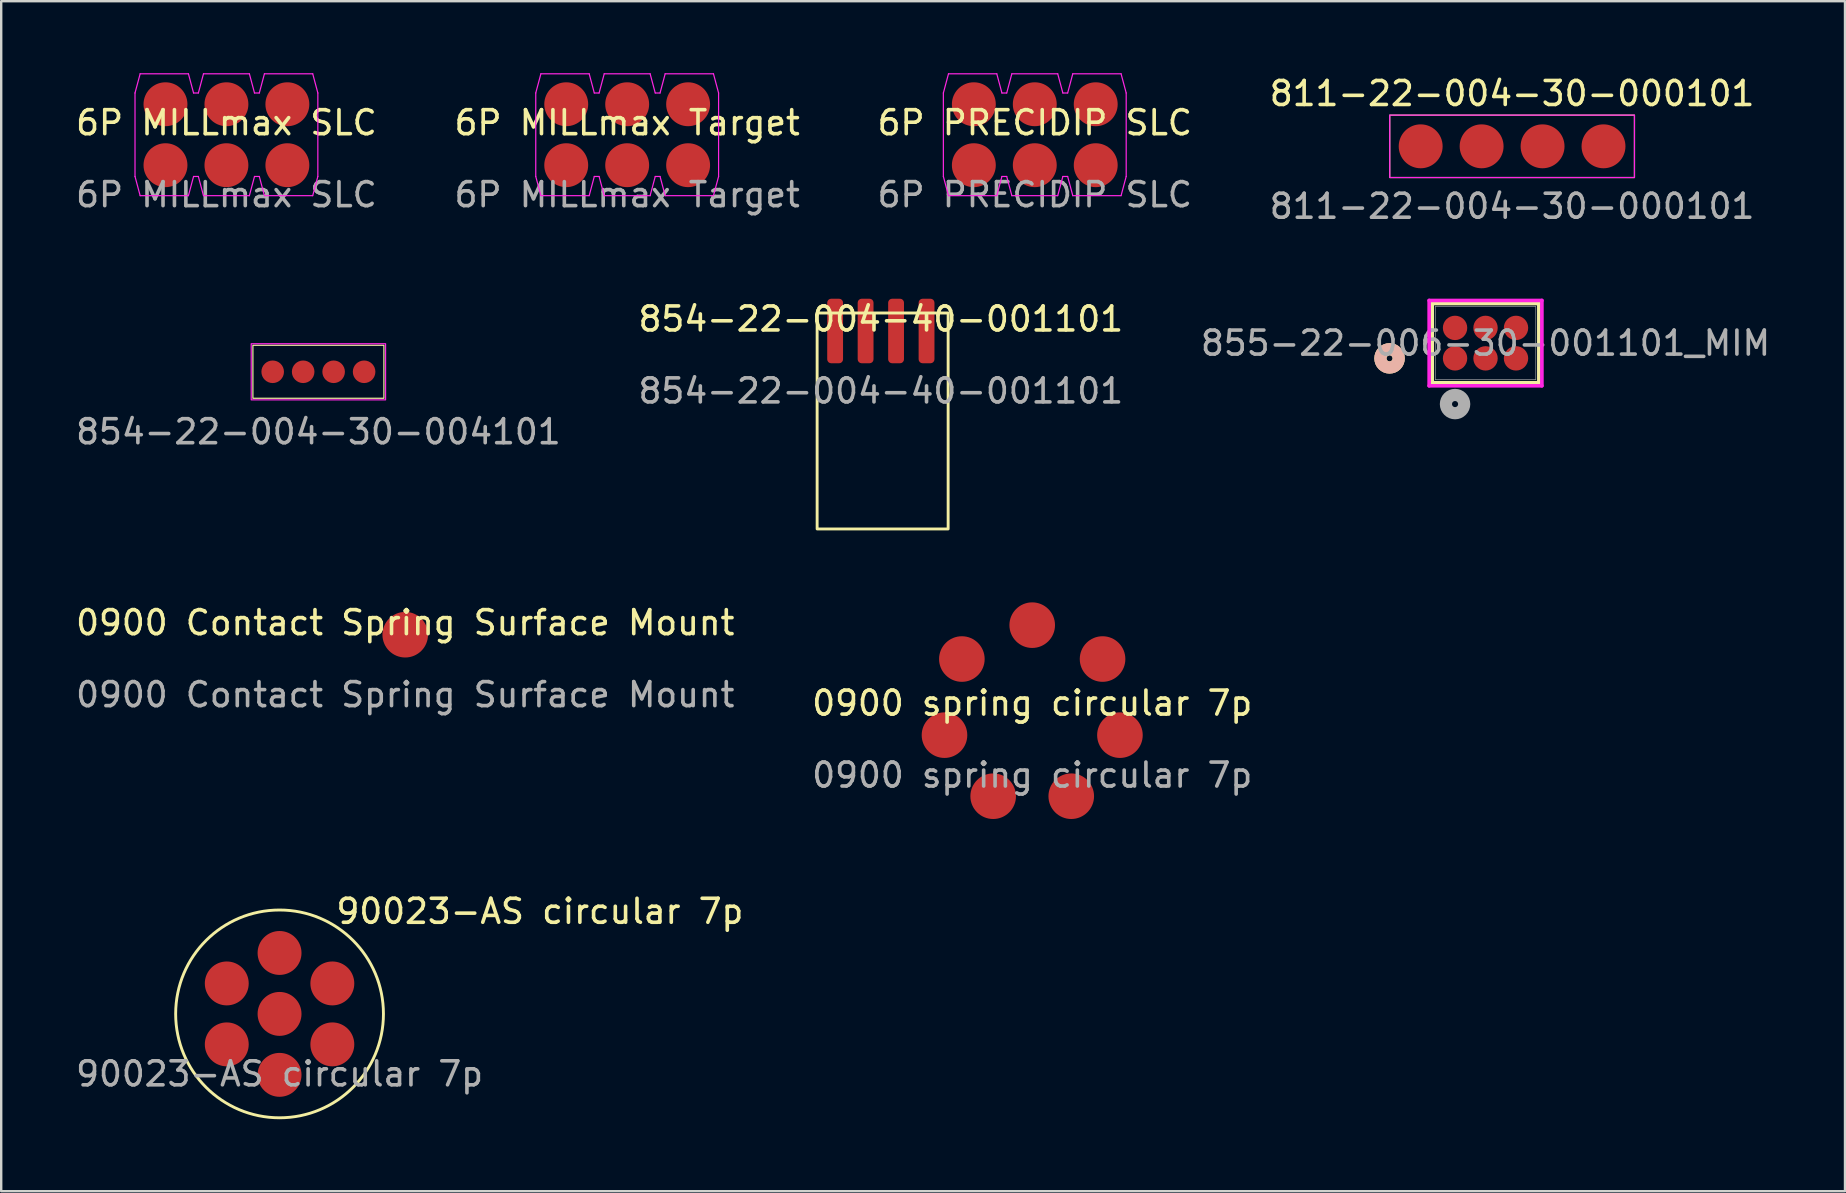
<source format=kicad_pcb>
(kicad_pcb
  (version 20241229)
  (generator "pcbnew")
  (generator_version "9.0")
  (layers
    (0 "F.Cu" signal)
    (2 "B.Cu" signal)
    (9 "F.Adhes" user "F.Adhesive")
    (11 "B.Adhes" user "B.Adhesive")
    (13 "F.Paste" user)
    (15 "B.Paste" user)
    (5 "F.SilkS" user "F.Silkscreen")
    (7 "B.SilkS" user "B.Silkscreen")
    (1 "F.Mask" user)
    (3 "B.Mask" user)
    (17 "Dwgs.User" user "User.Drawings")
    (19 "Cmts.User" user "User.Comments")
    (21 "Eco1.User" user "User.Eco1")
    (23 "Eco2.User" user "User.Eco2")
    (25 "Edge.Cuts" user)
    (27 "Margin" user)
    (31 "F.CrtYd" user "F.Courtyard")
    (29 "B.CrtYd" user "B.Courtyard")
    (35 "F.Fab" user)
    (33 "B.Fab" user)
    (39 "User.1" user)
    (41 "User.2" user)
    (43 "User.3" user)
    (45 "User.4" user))
  (footprint "0900 spring circular 7p"
    (layer "F.Cu")
    (at 39.97 26.755)
    (property "Reference" "0900 spring circular 7p" (at 0 -0.5 0) (unlocked yes) (layer "F.SilkS") (effects (font (size 1 1) (thickness 0.15))))
    (attr smd)
    (fp_text user "${REFERENCE}" (at 0 2.5 0) (unlocked yes) (layer "F.Fab") (effects (font (size 1 1) (thickness 0.15))))
    (pad "1" smd circle (at 0 -3.75) (size 1.9 1.9) (layers "F.Cu" "F.Mask" "F.Paste"))
    (pad "2" smd circle (at -2.932 -2.338) (size 1.9 1.9) (layers "F.Cu" "F.Mask" "F.Paste"))
    (pad "3" smd circle (at -3.656 0.834) (size 1.9 1.9) (layers "F.Cu" "F.Mask" "F.Paste"))
    (pad "4" smd circle (at -1.627 3.379) (size 1.9 1.9) (layers "F.Cu" "F.Mask" "F.Paste"))
    (pad "5" smd circle (at 1.627 3.379) (size 1.9 1.9) (layers "F.Cu" "F.Mask" "F.Paste"))
    (pad "6" smd circle (at 3.656 0.834) (size 1.9 1.9) (layers "F.Cu" "F.Mask" "F.Paste"))
    (pad "7" smd circle (at 2.932 -2.338) (size 1.9 1.9) (layers "F.Cu" "F.Mask" "F.Paste")))
  (footprint "0900 Contact Spring Surface Mount"
    (layer "F.Cu")
    (at 13.839 23.403)
    (property "Reference" "0900 Contact Spring Surface Mount" (at 0 -0.5 0) (unlocked yes) (layer "F.SilkS") (effects (font (size 1 1) (thickness 0.15))))
    (attr smd)
    (fp_text user "${REFERENCE}" (at 0 2.5 0) (unlocked yes) (layer "F.Fab") (effects (font (size 1 1) (thickness 0.15))))
    (pad "1" smd circle (at 0 0) (size 1.9 1.9) (layers "F.Cu" "F.Mask" "F.Paste")))
  (footprint "6P MILLmax SLC"
    (layer "F.Cu")
    (at 6.387 2.565)
    (property "Reference" "6P MILLmax SLC" (at 0 -0.5 0) (unlocked yes) (layer "F.SilkS") (effects (font (size 1 1) (thickness 0.15))))
    (attr smd)
    (fp_line (start -3.81 -1.74) (end -3.596 -2.54) (stroke (width 0.05) (type solid)) (layer "F.CrtYd"))
    (fp_line (start -3.81 1.74) (end -3.81 -1.74) (stroke (width 0.05) (type solid)) (layer "F.CrtYd"))
    (fp_line (start -3.596 -2.54) (end -1.584 -2.54) (stroke (width 0.05) (type solid)) (layer "F.CrtYd"))
    (fp_line (start -3.596 2.54) (end -3.81 1.74) (stroke (width 0.05) (type solid)) (layer "F.CrtYd"))
    (fp_line (start -1.584 -2.54) (end -1.37 -1.74) (stroke (width 0.05) (type solid)) (layer "F.CrtYd"))
    (fp_line (start -1.584 2.54) (end -3.596 2.54) (stroke (width 0.05) (type solid)) (layer "F.CrtYd"))
    (fp_line (start -1.37 -1.74) (end -1.17 -1.74) (stroke (width 0.05) (type solid)) (layer "F.CrtYd"))
    (fp_line (start -1.37 1.74) (end -1.584 2.54) (stroke (width 0.05) (type solid)) (layer "F.CrtYd"))
    (fp_line (start -1.17 -1.74) (end -0.956 -2.54) (stroke (width 0.05) (type solid)) (layer "F.CrtYd"))
    (fp_line (start -1.17 1.74) (end -1.37 1.74) (stroke (width 0.05) (type solid)) (layer "F.CrtYd"))
    (fp_line (start -0.956 -2.54) (end 0.956 -2.54) (stroke (width 0.05) (type solid)) (layer "F.CrtYd"))
    (fp_line (start -0.956 2.54) (end -1.17 1.74) (stroke (width 0.05) (type solid)) (layer "F.CrtYd"))
    (fp_line (start 0.956 -2.54) (end 1.17 -1.74) (stroke (width 0.05) (type solid)) (layer "F.CrtYd"))
    (fp_line (start 0.956 2.54) (end -0.956 2.54) (stroke (width 0.05) (type solid)) (layer "F.CrtYd"))
    (fp_line (start 1.17 -1.74) (end 1.37 -1.74) (stroke (width 0.05) (type solid)) (layer "F.CrtYd"))
    (fp_line (start 1.17 1.74) (end 0.956 2.54) (stroke (width 0.05) (type solid)) (layer "F.CrtYd"))
    (fp_line (start 1.37 -1.74) (end 1.584 -2.54) (stroke (width 0.05) (type solid)) (layer "F.CrtYd"))
    (fp_line (start 1.37 1.74) (end 1.17 1.74) (stroke (width 0.05) (type solid)) (layer "F.CrtYd"))
    (fp_line (start 1.584 -2.54) (end 3.596 -2.54) (stroke (width 0.05) (type solid)) (layer "F.CrtYd"))
    (fp_line (start 1.584 2.54) (end 1.37 1.74) (stroke (width 0.05) (type solid)) (layer "F.CrtYd"))
    (fp_line (start 3.596 -2.54) (end 3.81 -1.74) (stroke (width 0.05) (type solid)) (layer "F.CrtYd"))
    (fp_line (start 3.596 2.54) (end 1.584 2.54) (stroke (width 0.05) (type solid)) (layer "F.CrtYd"))
    (fp_line (start 3.81 -1.74) (end 3.81 1.74) (stroke (width 0.05) (type solid)) (layer "F.CrtYd"))
    (fp_line (start 3.81 1.74) (end 3.596 2.54) (stroke (width 0.05) (type solid)) (layer "F.CrtYd"))
    (fp_text user "${REFERENCE}" (at 0 2.5 0) (unlocked yes) (layer "F.Fab") (effects (font (size 1 1) (thickness 0.15))))
    (pad "1" smd circle (at -2.54 -1.27) (size 1.83 1.83) (layers "F.Cu" "F.Mask" "F.Paste"))
    (pad "2" smd circle (at 0 -1.27) (size 1.83 1.83) (layers "F.Cu" "F.Mask" "F.Paste"))
    (pad "3" smd circle (at 2.54 -1.27) (size 1.83 1.83) (layers "F.Cu" "F.Mask" "F.Paste"))
    (pad "4" smd circle (at -2.54 1.27) (size 1.83 1.83) (layers "F.Cu" "F.Mask" "F.Paste"))
    (pad "5" smd circle (at 0 1.27) (size 1.83 1.83) (layers "F.Cu" "F.Mask" "F.Paste"))
    (pad "6" smd circle (at 2.54 1.27) (size 1.83 1.83) (layers "F.Cu" "F.Mask" "F.Paste")))
  (footprint "855-22-006-30-001101_MIM"
    (layer "F.Cu")
    (at 58.863 11.251)
    (property "Reference" "855-22-006-30-001101_MIM" (at 0 0 0) (unlocked yes) (layer "User.2") (effects (font (size 1 1) (thickness 0.15))))
    (attr smd)
    (fp_line (start -2.223 -1.651) (end -2.223 1.651) (stroke (width 0.152) (type solid)) (layer "F.SilkS"))
    (fp_line (start -2.223 1.651) (end 2.223 1.651) (stroke (width 0.152) (type solid)) (layer "F.SilkS"))
    (fp_line (start 2.223 -1.651) (end -2.223 -1.651) (stroke (width 0.152) (type solid)) (layer "F.SilkS"))
    (fp_line (start 2.223 1.651) (end 2.223 -1.651) (stroke (width 0.152) (type solid)) (layer "F.SilkS"))
    (fp_circle (center -4 0.635) (end -3.619 0.635) (stroke (width 0.508) (type solid)) (fill no) (layer "F.SilkS"))
    (fp_circle (center -4 0.635) (end -3.619 0.635) (stroke (width 0.508) (type solid)) (fill no) (layer "B.SilkS"))
    (fp_line (start -2.349 -1.778) (end -2.349 1.778) (stroke (width 0.152) (type solid)) (layer "F.CrtYd"))
    (fp_line (start -2.349 1.778) (end 2.349 1.778) (stroke (width 0.152) (type solid)) (layer "F.CrtYd"))
    (fp_line (start 2.349 -1.778) (end -2.349 -1.778) (stroke (width 0.152) (type solid)) (layer "F.CrtYd"))
    (fp_line (start 2.349 1.778) (end 2.349 -1.778) (stroke (width 0.152) (type solid)) (layer "F.CrtYd"))
    (fp_line (start -2.095 -1.524) (end -2.095 1.524) (stroke (width 0.025) (type solid)) (layer "F.Fab"))
    (fp_line (start -2.095 1.524) (end 2.095 1.524) (stroke (width 0.025) (type solid)) (layer "F.Fab"))
    (fp_line (start 2.095 -1.524) (end -2.095 -1.524) (stroke (width 0.025) (type solid)) (layer "F.Fab"))
    (fp_line (start 2.095 1.524) (end 2.095 -1.524) (stroke (width 0.025) (type solid)) (layer "F.Fab"))
    (fp_circle (center -1.27 2.54) (end -0.889 2.54) (stroke (width 0.508) (type solid)) (fill no) (layer "F.Fab"))
    (fp_text user "${REFERENCE}" (at 0 0 0) (unlocked yes) (layer "F.Fab") (effects (font (size 1 1) (thickness 0.15))))
    (pad "1" smd circle (at -1.27 0.635) (size 1.016 1.016) (layers "F.Cu" "F.Mask" "F.Paste"))
    (pad "2" smd circle (at 0 0.635) (size 1.016 1.016) (layers "F.Cu" "F.Mask" "F.Paste"))
    (pad "3" smd circle (at 1.27 0.635) (size 1.016 1.016) (layers "F.Cu" "F.Mask" "F.Paste"))
    (pad "4" smd circle (at -1.27 -0.635) (size 1.016 1.016) (layers "F.Cu" "F.Mask" "F.Paste"))
    (pad "5" smd circle (at 0 -0.635) (size 1.016 1.016) (layers "F.Cu" "F.Mask" "F.Paste"))
    (pad "6" smd circle (at 1.27 -0.635) (size 1.016 1.016) (layers "F.Cu" "F.Mask" "F.Paste")))
  (footprint "90023-AS circular 7p"
    (layer "F.Cu")
    (at 8.601 39.207)
    (property "Reference" "90023-AS circular 7p" (at 10.85 -4.275 0) (unlocked yes) (layer "F.SilkS") (effects (font (size 1 1) (thickness 0.15))))
    (attr smd)
    (fp_circle (center 0 0) (end 4.33 0) (stroke (width 0.12) (type solid)) (fill no) (layer "F.SilkS"))
    (fp_text user "${REFERENCE}" (at 0 2.5 0) (unlocked yes) (layer "F.Fab") (effects (font (size 1 1) (thickness 0.15))))
    (pad "1" smd circle (at 0 0) (size 1.83 1.83) (layers "F.Cu" "F.Mask" "F.Paste"))
    (pad "2" smd circle (at 0 -2.54) (size 1.83 1.83) (layers "F.Cu" "F.Mask" "F.Paste"))
    (pad "3" smd circle (at -2.2 -1.27) (size 1.83 1.83) (layers "F.Cu" "F.Mask" "F.Paste"))
    (pad "4" smd circle (at -2.2 1.27) (size 1.83 1.83) (layers "F.Cu" "F.Mask" "F.Paste"))
    (pad "5" smd circle (at 0 2.54) (size 1.83 1.83) (layers "F.Cu" "F.Mask" "F.Paste"))
    (pad "6" smd circle (at 2.2 1.27) (size 1.83 1.83) (layers "F.Cu" "F.Mask" "F.Paste"))
    (pad "7" smd circle (at 2.2 -1.27) (size 1.83 1.83) (layers "F.Cu" "F.Mask" "F.Paste")))
  (footprint "811-22-004-30-000101"
    (layer "F.Cu")
    (at 59.97 3.048)
    (property "Reference" "811-22-004-30-000101" (at 0 -2.2 0) (unlocked yes) (layer "F.SilkS") (effects (font (size 1 1) (thickness 0.15))))
    (attr smd)
    (fp_rect (start -5.1 -1.3) (end 5.1 1.3) (stroke (width 0.05) (type default)) (fill no) (layer "F.SilkS"))
    (fp_rect (start -5.1 -1.3) (end 5.1 1.3) (stroke (width 0.05) (type default)) (fill no) (layer "F.CrtYd"))
    (fp_text user "${REFERENCE}" (at 0 2.5 0) (unlocked yes) (layer "F.Fab") (effects (font (size 1 1) (thickness 0.15))))
    (pad "1" smd circle (at -3.81 0) (size 1.83 1.83) (layers "F.Cu" "F.Mask" "F.Paste"))
    (pad "2" smd circle (at -1.27 0) (size 1.83 1.83) (layers "F.Cu" "F.Mask" "F.Paste"))
    (pad "3" smd circle (at 1.27 0) (size 1.83 1.83) (layers "F.Cu" "F.Mask" "F.Paste"))
    (pad "4" smd circle (at 3.81 0) (size 1.83 1.83) (layers "F.Cu" "F.Mask" "F.Paste")))
  (footprint "6P PRECIDIP SLC"
    (layer "F.Cu")
    (at 40.077 2.565)
    (property "Reference" "6P PRECIDIP SLC" (at 0 -0.5 0) (unlocked yes) (layer "F.SilkS") (effects (font (size 1 1) (thickness 0.15))))
    (attr smd)
    (fp_line (start -3.81 -1.74) (end -3.596 -2.54) (stroke (width 0.05) (type solid)) (layer "F.CrtYd"))
    (fp_line (start -3.81 1.74) (end -3.81 -1.74) (stroke (width 0.05) (type solid)) (layer "F.CrtYd"))
    (fp_line (start -3.596 -2.54) (end -1.584 -2.54) (stroke (width 0.05) (type solid)) (layer "F.CrtYd"))
    (fp_line (start -3.596 2.54) (end -3.81 1.74) (stroke (width 0.05) (type solid)) (layer "F.CrtYd"))
    (fp_line (start -1.584 -2.54) (end -1.37 -1.74) (stroke (width 0.05) (type solid)) (layer "F.CrtYd"))
    (fp_line (start -1.584 2.54) (end -3.596 2.54) (stroke (width 0.05) (type solid)) (layer "F.CrtYd"))
    (fp_line (start -1.37 -1.74) (end -1.17 -1.74) (stroke (width 0.05) (type solid)) (layer "F.CrtYd"))
    (fp_line (start -1.37 1.74) (end -1.584 2.54) (stroke (width 0.05) (type solid)) (layer "F.CrtYd"))
    (fp_line (start -1.17 -1.74) (end -0.956 -2.54) (stroke (width 0.05) (type solid)) (layer "F.CrtYd"))
    (fp_line (start -1.17 1.74) (end -1.37 1.74) (stroke (width 0.05) (type solid)) (layer "F.CrtYd"))
    (fp_line (start -0.956 -2.54) (end 0.956 -2.54) (stroke (width 0.05) (type solid)) (layer "F.CrtYd"))
    (fp_line (start -0.956 2.54) (end -1.17 1.74) (stroke (width 0.05) (type solid)) (layer "F.CrtYd"))
    (fp_line (start 0.956 -2.54) (end 1.17 -1.74) (stroke (width 0.05) (type solid)) (layer "F.CrtYd"))
    (fp_line (start 0.956 2.54) (end -0.956 2.54) (stroke (width 0.05) (type solid)) (layer "F.CrtYd"))
    (fp_line (start 1.17 -1.74) (end 1.37 -1.74) (stroke (width 0.05) (type solid)) (layer "F.CrtYd"))
    (fp_line (start 1.17 1.74) (end 0.956 2.54) (stroke (width 0.05) (type solid)) (layer "F.CrtYd"))
    (fp_line (start 1.37 -1.74) (end 1.584 -2.54) (stroke (width 0.05) (type solid)) (layer "F.CrtYd"))
    (fp_line (start 1.37 1.74) (end 1.17 1.74) (stroke (width 0.05) (type solid)) (layer "F.CrtYd"))
    (fp_line (start 1.584 -2.54) (end 3.596 -2.54) (stroke (width 0.05) (type solid)) (layer "F.CrtYd"))
    (fp_line (start 1.584 2.54) (end 1.37 1.74) (stroke (width 0.05) (type solid)) (layer "F.CrtYd"))
    (fp_line (start 3.596 -2.54) (end 3.81 -1.74) (stroke (width 0.05) (type solid)) (layer "F.CrtYd"))
    (fp_line (start 3.596 2.54) (end 1.584 2.54) (stroke (width 0.05) (type solid)) (layer "F.CrtYd"))
    (fp_line (start 3.81 -1.74) (end 3.81 1.74) (stroke (width 0.05) (type solid)) (layer "F.CrtYd"))
    (fp_line (start 3.81 1.74) (end 3.596 2.54) (stroke (width 0.05) (type solid)) (layer "F.CrtYd"))
    (fp_text user "${REFERENCE}" (at 0 0 0) (layer "Eco1.User") (effects (font (size 1 1) (thickness 0.15))))
    (fp_text user "${REFERENCE}" (at 0 2.5 0) (unlocked yes) (layer "F.Fab") (effects (font (size 1 1) (thickness 0.15))))
    (pad "1" smd circle (at -2.54 -1.27) (size 1.83 1.83) (layers "F.Cu" "F.Mask" "F.Paste"))
    (pad "2" smd circle (at 0 -1.27) (size 1.83 1.83) (layers "F.Cu" "F.Mask" "F.Paste"))
    (pad "3" smd circle (at 2.54 -1.27) (size 1.83 1.83) (layers "F.Cu" "F.Mask" "F.Paste"))
    (pad "4" smd circle (at -2.54 1.27) (size 1.83 1.83) (layers "F.Cu" "F.Mask" "F.Paste"))
    (pad "5" smd circle (at 0 1.27) (size 1.83 1.83) (layers "F.Cu" "F.Mask" "F.Paste"))
    (pad "6" smd circle (at 2.54 1.27) (size 1.83 1.83) (layers "F.Cu" "F.Mask" "F.Paste")))
  (footprint "854-22-004-30-004101"
    (layer "F.Cu")
    (at 10.22 12.445)
    (property "Reference" "854-22-004-30-004101" (at 0 -2.2 0) (unlocked yes) (layer "User.2") (effects (font (size 1 1) (thickness 0.15))))
    (attr smd)
    (fp_rect (start -2.73 -1.105) (end 2.73 1.105) (stroke (width 0.05) (type default)) (fill no) (layer "F.SilkS"))
    (fp_rect (start -2.8 -1.17) (end 2.8 1.17) (stroke (width 0.05) (type default)) (fill no) (layer "F.CrtYd"))
    (fp_text user "${REFERENCE}" (at 0 2.5 0) (unlocked yes) (layer "F.Fab") (effects (font (size 1 1) (thickness 0.15))))
    (pad "1" smd circle (at -1.905 0) (size 0.94 0.94) (layers "F.Cu" "F.Mask" "F.Paste"))
    (pad "2" smd circle (at -0.635 0) (size 0.94 0.94) (layers "F.Cu" "F.Mask" "F.Paste"))
    (pad "3" smd circle (at 0.635 0) (size 0.94 0.94) (layers "F.Cu" "F.Mask" "F.Paste"))
    (pad "4" smd circle (at 1.905 0) (size 0.94 0.94) (layers "F.Cu" "F.Mask" "F.Paste")))
  (footprint "854-22-004-40-001101"
    (layer "F.Cu")
    (at 33.661 10.745)
    (property "Reference" "854-22-004-40-001101" (at 0 -0.5 0) (unlocked yes) (layer "F.SilkS") (effects (font (size 1 1) (thickness 0.15))))
    (attr smd)
    (fp_rect (start -2.655 -0.75) (end 2.805 8.25) (stroke (width 0.12) (type default)) (fill no) (layer "F.SilkS"))
    (fp_text user "${REFERENCE}" (at 0 2.5 0) (unlocked yes) (layer "F.Fab") (effects (font (size 1 1) (thickness 0.15))))
    (pad "" smd circle (at -1.905 7.62) (size 1.016 1.016) (layers "F.Paste"))
    (pad "" smd circle (at 1.905 7.62) (size 1.016 1.016) (layers "F.Paste"))
    (pad "1" smd roundrect (at -1.905 0) (size 0.66 2.69) (layers "F.Cu" "F.Mask" "F.Paste") (roundrect_rratio 0.25))
    (pad "2" smd roundrect (at -0.635 0) (size 0.66 2.69) (layers "F.Cu" "F.Mask" "F.Paste") (roundrect_rratio 0.25))
    (pad "3" smd roundrect (at 0.635 0) (size 0.66 2.69) (layers "F.Cu" "F.Mask" "F.Paste") (roundrect_rratio 0.25))
    (pad "4" smd roundrect (at 1.905 0) (size 0.66 2.69) (layers "F.Cu" "F.Mask" "F.Paste") (roundrect_rratio 0.25)))
  (footprint "6P MILLmax Target"
    (layer "F.Cu")
    (at 23.089 2.565)
    (property "Reference" "6P MILLmax Target" (at 0 -0.5 0) (unlocked yes) (layer "F.SilkS") (effects (font (size 1 1) (thickness 0.15))))
    (attr smd)
    (fp_line (start -3.81 -1.74) (end -3.596 -2.54) (stroke (width 0.05) (type solid)) (layer "F.CrtYd"))
    (fp_line (start -3.81 1.74) (end -3.81 -1.74) (stroke (width 0.05) (type solid)) (layer "F.CrtYd"))
    (fp_line (start -3.596 -2.54) (end -1.584 -2.54) (stroke (width 0.05) (type solid)) (layer "F.CrtYd"))
    (fp_line (start -3.596 2.54) (end -3.81 1.74) (stroke (width 0.05) (type solid)) (layer "F.CrtYd"))
    (fp_line (start -1.584 -2.54) (end -1.37 -1.74) (stroke (width 0.05) (type solid)) (layer "F.CrtYd"))
    (fp_line (start -1.584 2.54) (end -3.596 2.54) (stroke (width 0.05) (type solid)) (layer "F.CrtYd"))
    (fp_line (start -1.37 -1.74) (end -1.17 -1.74) (stroke (width 0.05) (type solid)) (layer "F.CrtYd"))
    (fp_line (start -1.37 1.74) (end -1.584 2.54) (stroke (width 0.05) (type solid)) (layer "F.CrtYd"))
    (fp_line (start -1.17 -1.74) (end -0.956 -2.54) (stroke (width 0.05) (type solid)) (layer "F.CrtYd"))
    (fp_line (start -1.17 1.74) (end -1.37 1.74) (stroke (width 0.05) (type solid)) (layer "F.CrtYd"))
    (fp_line (start -0.956 -2.54) (end 0.956 -2.54) (stroke (width 0.05) (type solid)) (layer "F.CrtYd"))
    (fp_line (start -0.956 2.54) (end -1.17 1.74) (stroke (width 0.05) (type solid)) (layer "F.CrtYd"))
    (fp_line (start 0.956 -2.54) (end 1.17 -1.74) (stroke (width 0.05) (type solid)) (layer "F.CrtYd"))
    (fp_line (start 0.956 2.54) (end -0.956 2.54) (stroke (width 0.05) (type solid)) (layer "F.CrtYd"))
    (fp_line (start 1.17 -1.74) (end 1.37 -1.74) (stroke (width 0.05) (type solid)) (layer "F.CrtYd"))
    (fp_line (start 1.17 1.74) (end 0.956 2.54) (stroke (width 0.05) (type solid)) (layer "F.CrtYd"))
    (fp_line (start 1.37 -1.74) (end 1.584 -2.54) (stroke (width 0.05) (type solid)) (layer "F.CrtYd"))
    (fp_line (start 1.37 1.74) (end 1.17 1.74) (stroke (width 0.05) (type solid)) (layer "F.CrtYd"))
    (fp_line (start 1.584 -2.54) (end 3.596 -2.54) (stroke (width 0.05) (type solid)) (layer "F.CrtYd"))
    (fp_line (start 1.584 2.54) (end 1.37 1.74) (stroke (width 0.05) (type solid)) (layer "F.CrtYd"))
    (fp_line (start 3.596 -2.54) (end 3.81 -1.74) (stroke (width 0.05) (type solid)) (layer "F.CrtYd"))
    (fp_line (start 3.596 2.54) (end 1.584 2.54) (stroke (width 0.05) (type solid)) (layer "F.CrtYd"))
    (fp_line (start 3.81 -1.74) (end 3.81 1.74) (stroke (width 0.05) (type solid)) (layer "F.CrtYd"))
    (fp_line (start 3.81 1.74) (end 3.596 2.54) (stroke (width 0.05) (type solid)) (layer "F.CrtYd"))
    (fp_text user "${REFERENCE}" (at 0 2.5 0) (unlocked yes) (layer "F.Fab") (effects (font (size 1 1) (thickness 0.15))))
    (pad "1" smd circle (at -2.54 -1.27) (size 1.83 1.83) (layers "F.Cu" "F.Mask" "F.Paste"))
    (pad "2" smd circle (at 0 -1.27) (size 1.83 1.83) (layers "F.Cu" "F.Mask" "F.Paste"))
    (pad "3" smd circle (at 2.54 -1.27) (size 1.83 1.83) (layers "F.Cu" "F.Mask" "F.Paste"))
    (pad "4" smd circle (at -2.54 1.27) (size 1.83 1.83) (layers "F.Cu" "F.Mask" "F.Paste"))
    (pad "5" smd circle (at 0 1.27) (size 1.83 1.83) (layers "F.Cu" "F.Mask" "F.Paste"))
    (pad "6" smd circle (at 2.54 1.27) (size 1.83 1.83) (layers "F.Cu" "F.Mask" "F.Paste")))
  (gr_rect
    (start -3 -3)
    (end 73.845 46.597)
    (stroke (width 0.1) (type default))
    (fill no)
    (layer "Edge.Cuts")))
</source>
